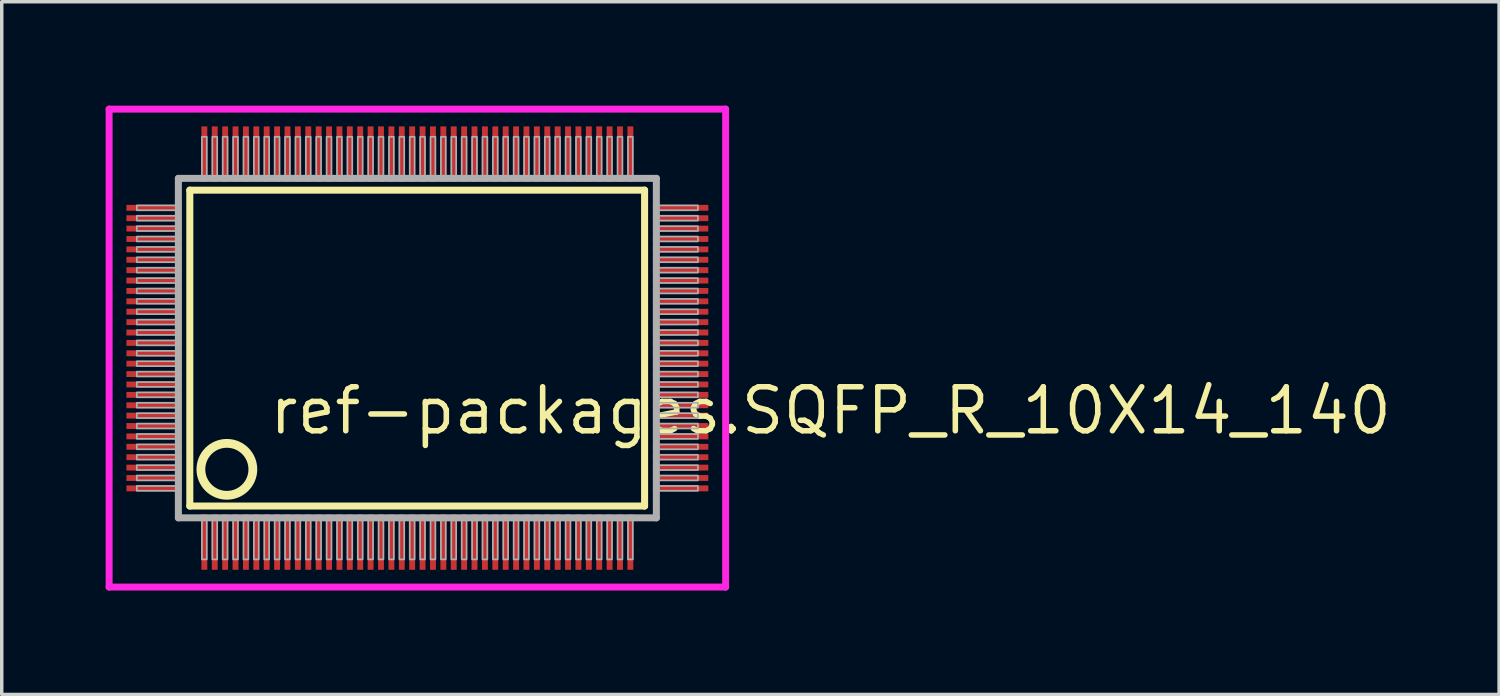
<source format=kicad_pcb>
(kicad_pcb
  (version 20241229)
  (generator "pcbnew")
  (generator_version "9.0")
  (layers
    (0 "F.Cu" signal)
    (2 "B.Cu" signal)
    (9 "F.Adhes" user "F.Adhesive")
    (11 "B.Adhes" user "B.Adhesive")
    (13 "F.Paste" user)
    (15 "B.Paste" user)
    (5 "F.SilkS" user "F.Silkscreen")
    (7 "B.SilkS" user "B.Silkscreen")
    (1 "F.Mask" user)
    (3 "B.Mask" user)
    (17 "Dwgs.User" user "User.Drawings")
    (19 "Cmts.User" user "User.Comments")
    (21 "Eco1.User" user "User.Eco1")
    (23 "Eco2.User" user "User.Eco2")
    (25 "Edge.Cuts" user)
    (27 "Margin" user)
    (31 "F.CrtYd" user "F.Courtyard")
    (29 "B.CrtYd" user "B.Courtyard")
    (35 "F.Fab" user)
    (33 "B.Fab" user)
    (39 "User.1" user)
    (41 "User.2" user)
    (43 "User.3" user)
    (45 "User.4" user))
  (footprint "ref-packages.SQFP_R_10X14_140"
    (layer "F.Cu")
    (at 9 7)
    (property "Reference" "ref-packages.SQFP_R_10X14_140" (at -4.35 2.55 0) (layer "F.SilkS") (effects (font (size 1.27 1.27) (thickness 0.16)) (justify left bottom)))
    (attr smd)
    (fp_line (start -6.57 -4.56) (end 6.56 -4.56) (stroke (width 0.203) (type default)) (layer "F.SilkS"))
    (fp_line (start -6.57 4.56) (end -6.57 -4.56) (stroke (width 0.203) (type default)) (layer "F.SilkS"))
    (fp_line (start 6.56 -4.56) (end 6.56 4.56) (stroke (width 0.203) (type default)) (layer "F.SilkS"))
    (fp_line (start 6.56 4.56) (end -6.57 4.56) (stroke (width 0.203) (type default)) (layer "F.SilkS"))
    (fp_circle (center -5.5 3.5) (end -4.75 3.5) (stroke (width 0.254) (type default)) (fill no) (layer "F.SilkS"))
    (fp_line (start -8.9 -6.9) (end 8.9 -6.9) (stroke (width 0.2) (type default)) (layer "F.CrtYd"))
    (fp_line (start -8.9 6.9) (end -8.9 -6.9) (stroke (width 0.2) (type default)) (layer "F.CrtYd"))
    (fp_line (start 8.9 -6.9) (end 8.9 6.9) (stroke (width 0.2) (type default)) (layer "F.CrtYd"))
    (fp_line (start 8.9 6.9) (end -8.9 6.9) (stroke (width 0.2) (type default)) (layer "F.CrtYd"))
    (fp_line (start -6.9 -4.9) (end -6.9 4.9) (stroke (width 0.203) (type default)) (layer "F.Fab"))
    (fp_line (start -6.9 4.9) (end 6.9 4.9) (stroke (width 0.203) (type default)) (layer "F.Fab"))
    (fp_line (start 6.9 -4.9) (end -6.9 -4.9) (stroke (width 0.203) (type default)) (layer "F.Fab"))
    (fp_line (start 6.9 4.9) (end 6.9 -4.9) (stroke (width 0.203) (type default)) (layer "F.Fab"))
    (fp_rect (start -8.1 -3.98) (end -6.95 -4.12) (stroke (width 0.05) (type default)) (fill no) (layer "F.Fab"))
    (fp_rect (start -8.1 -3.68) (end -6.95 -3.82) (stroke (width 0.05) (type default)) (fill no) (layer "F.Fab"))
    (fp_rect (start -8.1 -3.38) (end -6.95 -3.52) (stroke (width 0.05) (type default)) (fill no) (layer "F.Fab"))
    (fp_rect (start -8.1 -3.08) (end -6.95 -3.22) (stroke (width 0.05) (type default)) (fill no) (layer "F.Fab"))
    (fp_rect (start -8.1 -2.78) (end -6.95 -2.92) (stroke (width 0.05) (type default)) (fill no) (layer "F.Fab"))
    (fp_rect (start -8.1 -2.48) (end -6.95 -2.62) (stroke (width 0.05) (type default)) (fill no) (layer "F.Fab"))
    (fp_rect (start -8.1 -2.18) (end -6.95 -2.32) (stroke (width 0.05) (type default)) (fill no) (layer "F.Fab"))
    (fp_rect (start -8.1 -1.88) (end -6.95 -2.02) (stroke (width 0.05) (type default)) (fill no) (layer "F.Fab"))
    (fp_rect (start -8.1 -1.58) (end -6.95 -1.72) (stroke (width 0.05) (type default)) (fill no) (layer "F.Fab"))
    (fp_rect (start -8.1 -1.28) (end -6.95 -1.42) (stroke (width 0.05) (type default)) (fill no) (layer "F.Fab"))
    (fp_rect (start -8.1 -0.98) (end -6.95 -1.12) (stroke (width 0.05) (type default)) (fill no) (layer "F.Fab"))
    (fp_rect (start -8.1 -0.68) (end -6.95 -0.82) (stroke (width 0.05) (type default)) (fill no) (layer "F.Fab"))
    (fp_rect (start -8.1 -0.38) (end -6.95 -0.52) (stroke (width 0.05) (type default)) (fill no) (layer "F.Fab"))
    (fp_rect (start -8.1 -0.08) (end -6.95 -0.22) (stroke (width 0.05) (type default)) (fill no) (layer "F.Fab"))
    (fp_rect (start -8.1 0.22) (end -6.95 0.08) (stroke (width 0.05) (type default)) (fill no) (layer "F.Fab"))
    (fp_rect (start -8.1 0.52) (end -6.95 0.38) (stroke (width 0.05) (type default)) (fill no) (layer "F.Fab"))
    (fp_rect (start -8.1 0.82) (end -6.95 0.68) (stroke (width 0.05) (type default)) (fill no) (layer "F.Fab"))
    (fp_rect (start -8.1 1.12) (end -6.95 0.98) (stroke (width 0.05) (type default)) (fill no) (layer "F.Fab"))
    (fp_rect (start -8.1 1.42) (end -6.95 1.28) (stroke (width 0.05) (type default)) (fill no) (layer "F.Fab"))
    (fp_rect (start -8.1 1.72) (end -6.95 1.58) (stroke (width 0.05) (type default)) (fill no) (layer "F.Fab"))
    (fp_rect (start -8.1 2.02) (end -6.95 1.88) (stroke (width 0.05) (type default)) (fill no) (layer "F.Fab"))
    (fp_rect (start -8.1 2.32) (end -6.95 2.18) (stroke (width 0.05) (type default)) (fill no) (layer "F.Fab"))
    (fp_rect (start -8.1 2.62) (end -6.95 2.48) (stroke (width 0.05) (type default)) (fill no) (layer "F.Fab"))
    (fp_rect (start -8.1 2.92) (end -6.95 2.78) (stroke (width 0.05) (type default)) (fill no) (layer "F.Fab"))
    (fp_rect (start -8.1 3.22) (end -6.95 3.08) (stroke (width 0.05) (type default)) (fill no) (layer "F.Fab"))
    (fp_rect (start -8.1 3.52) (end -6.95 3.38) (stroke (width 0.05) (type default)) (fill no) (layer "F.Fab"))
    (fp_rect (start -8.1 3.82) (end -6.95 3.68) (stroke (width 0.05) (type default)) (fill no) (layer "F.Fab"))
    (fp_rect (start -8.1 4.12) (end -6.95 3.98) (stroke (width 0.05) (type default)) (fill no) (layer "F.Fab"))
    (fp_rect (start -6.22 -4.95) (end -6.08 -6.1) (stroke (width 0.05) (type default)) (fill no) (layer "F.Fab"))
    (fp_rect (start -6.22 6.1) (end -6.08 4.95) (stroke (width 0.05) (type default)) (fill no) (layer "F.Fab"))
    (fp_rect (start -5.92 -4.95) (end -5.78 -6.1) (stroke (width 0.05) (type default)) (fill no) (layer "F.Fab"))
    (fp_rect (start -5.92 6.1) (end -5.78 4.95) (stroke (width 0.05) (type default)) (fill no) (layer "F.Fab"))
    (fp_rect (start -5.62 -4.95) (end -5.48 -6.1) (stroke (width 0.05) (type default)) (fill no) (layer "F.Fab"))
    (fp_rect (start -5.62 6.1) (end -5.48 4.95) (stroke (width 0.05) (type default)) (fill no) (layer "F.Fab"))
    (fp_rect (start -5.32 -4.95) (end -5.18 -6.1) (stroke (width 0.05) (type default)) (fill no) (layer "F.Fab"))
    (fp_rect (start -5.32 6.1) (end -5.18 4.95) (stroke (width 0.05) (type default)) (fill no) (layer "F.Fab"))
    (fp_rect (start -5.02 -4.95) (end -4.88 -6.1) (stroke (width 0.05) (type default)) (fill no) (layer "F.Fab"))
    (fp_rect (start -5.02 6.1) (end -4.88 4.95) (stroke (width 0.05) (type default)) (fill no) (layer "F.Fab"))
    (fp_rect (start -4.72 -4.95) (end -4.58 -6.1) (stroke (width 0.05) (type default)) (fill no) (layer "F.Fab"))
    (fp_rect (start -4.72 6.1) (end -4.58 4.95) (stroke (width 0.05) (type default)) (fill no) (layer "F.Fab"))
    (fp_rect (start -4.42 -4.95) (end -4.28 -6.1) (stroke (width 0.05) (type default)) (fill no) (layer "F.Fab"))
    (fp_rect (start -4.42 6.1) (end -4.28 4.95) (stroke (width 0.05) (type default)) (fill no) (layer "F.Fab"))
    (fp_rect (start -4.12 -4.95) (end -3.98 -6.1) (stroke (width 0.05) (type default)) (fill no) (layer "F.Fab"))
    (fp_rect (start -4.12 6.1) (end -3.98 4.95) (stroke (width 0.05) (type default)) (fill no) (layer "F.Fab"))
    (fp_rect (start -3.82 -4.95) (end -3.68 -6.1) (stroke (width 0.05) (type default)) (fill no) (layer "F.Fab"))
    (fp_rect (start -3.82 6.1) (end -3.68 4.95) (stroke (width 0.05) (type default)) (fill no) (layer "F.Fab"))
    (fp_rect (start -3.52 -4.95) (end -3.38 -6.1) (stroke (width 0.05) (type default)) (fill no) (layer "F.Fab"))
    (fp_rect (start -3.52 6.1) (end -3.38 4.95) (stroke (width 0.05) (type default)) (fill no) (layer "F.Fab"))
    (fp_rect (start -3.22 -4.95) (end -3.08 -6.1) (stroke (width 0.05) (type default)) (fill no) (layer "F.Fab"))
    (fp_rect (start -3.22 6.1) (end -3.08 4.95) (stroke (width 0.05) (type default)) (fill no) (layer "F.Fab"))
    (fp_rect (start -2.92 -4.95) (end -2.78 -6.1) (stroke (width 0.05) (type default)) (fill no) (layer "F.Fab"))
    (fp_rect (start -2.92 6.1) (end -2.78 4.95) (stroke (width 0.05) (type default)) (fill no) (layer "F.Fab"))
    (fp_rect (start -2.62 -4.95) (end -2.48 -6.1) (stroke (width 0.05) (type default)) (fill no) (layer "F.Fab"))
    (fp_rect (start -2.62 6.1) (end -2.48 4.95) (stroke (width 0.05) (type default)) (fill no) (layer "F.Fab"))
    (fp_rect (start -2.32 -4.95) (end -2.18 -6.1) (stroke (width 0.05) (type default)) (fill no) (layer "F.Fab"))
    (fp_rect (start -2.32 6.1) (end -2.18 4.95) (stroke (width 0.05) (type default)) (fill no) (layer "F.Fab"))
    (fp_rect (start -2.02 -4.95) (end -1.88 -6.1) (stroke (width 0.05) (type default)) (fill no) (layer "F.Fab"))
    (fp_rect (start -2.02 6.1) (end -1.88 4.95) (stroke (width 0.05) (type default)) (fill no) (layer "F.Fab"))
    (fp_rect (start -1.72 -4.95) (end -1.58 -6.1) (stroke (width 0.05) (type default)) (fill no) (layer "F.Fab"))
    (fp_rect (start -1.72 6.1) (end -1.58 4.95) (stroke (width 0.05) (type default)) (fill no) (layer "F.Fab"))
    (fp_rect (start -1.42 -4.95) (end -1.28 -6.1) (stroke (width 0.05) (type default)) (fill no) (layer "F.Fab"))
    (fp_rect (start -1.42 6.1) (end -1.28 4.95) (stroke (width 0.05) (type default)) (fill no) (layer "F.Fab"))
    (fp_rect (start -1.12 -4.95) (end -0.98 -6.1) (stroke (width 0.05) (type default)) (fill no) (layer "F.Fab"))
    (fp_rect (start -1.12 6.1) (end -0.98 4.95) (stroke (width 0.05) (type default)) (fill no) (layer "F.Fab"))
    (fp_rect (start -0.82 -4.95) (end -0.68 -6.1) (stroke (width 0.05) (type default)) (fill no) (layer "F.Fab"))
    (fp_rect (start -0.82 6.1) (end -0.68 4.95) (stroke (width 0.05) (type default)) (fill no) (layer "F.Fab"))
    (fp_rect (start -0.52 -4.95) (end -0.38 -6.1) (stroke (width 0.05) (type default)) (fill no) (layer "F.Fab"))
    (fp_rect (start -0.52 6.1) (end -0.38 4.95) (stroke (width 0.05) (type default)) (fill no) (layer "F.Fab"))
    (fp_rect (start -0.22 -4.95) (end -0.08 -6.1) (stroke (width 0.05) (type default)) (fill no) (layer "F.Fab"))
    (fp_rect (start -0.22 6.1) (end -0.08 4.95) (stroke (width 0.05) (type default)) (fill no) (layer "F.Fab"))
    (fp_rect (start 0.08 -4.95) (end 0.22 -6.1) (stroke (width 0.05) (type default)) (fill no) (layer "F.Fab"))
    (fp_rect (start 0.08 6.1) (end 0.22 4.95) (stroke (width 0.05) (type default)) (fill no) (layer "F.Fab"))
    (fp_rect (start 0.38 -4.95) (end 0.52 -6.1) (stroke (width 0.05) (type default)) (fill no) (layer "F.Fab"))
    (fp_rect (start 0.38 6.1) (end 0.52 4.95) (stroke (width 0.05) (type default)) (fill no) (layer "F.Fab"))
    (fp_rect (start 0.68 -4.95) (end 0.82 -6.1) (stroke (width 0.05) (type default)) (fill no) (layer "F.Fab"))
    (fp_rect (start 0.68 6.1) (end 0.82 4.95) (stroke (width 0.05) (type default)) (fill no) (layer "F.Fab"))
    (fp_rect (start 0.98 -4.95) (end 1.12 -6.1) (stroke (width 0.05) (type default)) (fill no) (layer "F.Fab"))
    (fp_rect (start 0.98 6.1) (end 1.12 4.95) (stroke (width 0.05) (type default)) (fill no) (layer "F.Fab"))
    (fp_rect (start 1.28 -4.95) (end 1.42 -6.1) (stroke (width 0.05) (type default)) (fill no) (layer "F.Fab"))
    (fp_rect (start 1.28 6.1) (end 1.42 4.95) (stroke (width 0.05) (type default)) (fill no) (layer "F.Fab"))
    (fp_rect (start 1.58 -4.95) (end 1.72 -6.1) (stroke (width 0.05) (type default)) (fill no) (layer "F.Fab"))
    (fp_rect (start 1.58 6.1) (end 1.72 4.95) (stroke (width 0.05) (type default)) (fill no) (layer "F.Fab"))
    (fp_rect (start 1.88 -4.95) (end 2.02 -6.1) (stroke (width 0.05) (type default)) (fill no) (layer "F.Fab"))
    (fp_rect (start 1.88 6.1) (end 2.02 4.95) (stroke (width 0.05) (type default)) (fill no) (layer "F.Fab"))
    (fp_rect (start 2.18 -4.95) (end 2.32 -6.1) (stroke (width 0.05) (type default)) (fill no) (layer "F.Fab"))
    (fp_rect (start 2.18 6.1) (end 2.32 4.95) (stroke (width 0.05) (type default)) (fill no) (layer "F.Fab"))
    (fp_rect (start 2.48 -4.95) (end 2.62 -6.1) (stroke (width 0.05) (type default)) (fill no) (layer "F.Fab"))
    (fp_rect (start 2.48 6.1) (end 2.62 4.95) (stroke (width 0.05) (type default)) (fill no) (layer "F.Fab"))
    (fp_rect (start 2.78 -4.95) (end 2.92 -6.1) (stroke (width 0.05) (type default)) (fill no) (layer "F.Fab"))
    (fp_rect (start 2.78 6.1) (end 2.92 4.95) (stroke (width 0.05) (type default)) (fill no) (layer "F.Fab"))
    (fp_rect (start 3.08 -4.95) (end 3.22 -6.1) (stroke (width 0.05) (type default)) (fill no) (layer "F.Fab"))
    (fp_rect (start 3.08 6.1) (end 3.22 4.95) (stroke (width 0.05) (type default)) (fill no) (layer "F.Fab"))
    (fp_rect (start 3.38 -4.95) (end 3.52 -6.1) (stroke (width 0.05) (type default)) (fill no) (layer "F.Fab"))
    (fp_rect (start 3.38 6.1) (end 3.52 4.95) (stroke (width 0.05) (type default)) (fill no) (layer "F.Fab"))
    (fp_rect (start 3.68 -4.95) (end 3.82 -6.1) (stroke (width 0.05) (type default)) (fill no) (layer "F.Fab"))
    (fp_rect (start 3.68 6.1) (end 3.82 4.95) (stroke (width 0.05) (type default)) (fill no) (layer "F.Fab"))
    (fp_rect (start 3.98 -4.95) (end 4.12 -6.1) (stroke (width 0.05) (type default)) (fill no) (layer "F.Fab"))
    (fp_rect (start 3.98 6.1) (end 4.12 4.95) (stroke (width 0.05) (type default)) (fill no) (layer "F.Fab"))
    (fp_rect (start 4.28 -4.95) (end 4.42 -6.1) (stroke (width 0.05) (type default)) (fill no) (layer "F.Fab"))
    (fp_rect (start 4.28 6.1) (end 4.42 4.95) (stroke (width 0.05) (type default)) (fill no) (layer "F.Fab"))
    (fp_rect (start 4.58 -4.95) (end 4.72 -6.1) (stroke (width 0.05) (type default)) (fill no) (layer "F.Fab"))
    (fp_rect (start 4.58 6.1) (end 4.72 4.95) (stroke (width 0.05) (type default)) (fill no) (layer "F.Fab"))
    (fp_rect (start 4.88 -4.95) (end 5.02 -6.1) (stroke (width 0.05) (type default)) (fill no) (layer "F.Fab"))
    (fp_rect (start 4.88 6.1) (end 5.02 4.95) (stroke (width 0.05) (type default)) (fill no) (layer "F.Fab"))
    (fp_rect (start 5.18 -4.95) (end 5.32 -6.1) (stroke (width 0.05) (type default)) (fill no) (layer "F.Fab"))
    (fp_rect (start 5.18 6.1) (end 5.32 4.95) (stroke (width 0.05) (type default)) (fill no) (layer "F.Fab"))
    (fp_rect (start 5.48 -4.95) (end 5.62 -6.1) (stroke (width 0.05) (type default)) (fill no) (layer "F.Fab"))
    (fp_rect (start 5.48 6.1) (end 5.62 4.95) (stroke (width 0.05) (type default)) (fill no) (layer "F.Fab"))
    (fp_rect (start 5.78 -4.95) (end 5.92 -6.1) (stroke (width 0.05) (type default)) (fill no) (layer "F.Fab"))
    (fp_rect (start 5.78 6.1) (end 5.92 4.95) (stroke (width 0.05) (type default)) (fill no) (layer "F.Fab"))
    (fp_rect (start 6.08 -4.95) (end 6.22 -6.1) (stroke (width 0.05) (type default)) (fill no) (layer "F.Fab"))
    (fp_rect (start 6.08 6.1) (end 6.22 4.95) (stroke (width 0.05) (type default)) (fill no) (layer "F.Fab"))
    (fp_rect (start 6.95 -3.98) (end 8.1 -4.12) (stroke (width 0.05) (type default)) (fill no) (layer "F.Fab"))
    (fp_rect (start 6.95 -3.68) (end 8.1 -3.82) (stroke (width 0.05) (type default)) (fill no) (layer "F.Fab"))
    (fp_rect (start 6.95 -3.38) (end 8.1 -3.52) (stroke (width 0.05) (type default)) (fill no) (layer "F.Fab"))
    (fp_rect (start 6.95 -3.08) (end 8.1 -3.22) (stroke (width 0.05) (type default)) (fill no) (layer "F.Fab"))
    (fp_rect (start 6.95 -2.78) (end 8.1 -2.92) (stroke (width 0.05) (type default)) (fill no) (layer "F.Fab"))
    (fp_rect (start 6.95 -2.48) (end 8.1 -2.62) (stroke (width 0.05) (type default)) (fill no) (layer "F.Fab"))
    (fp_rect (start 6.95 -2.18) (end 8.1 -2.32) (stroke (width 0.05) (type default)) (fill no) (layer "F.Fab"))
    (fp_rect (start 6.95 -1.88) (end 8.1 -2.02) (stroke (width 0.05) (type default)) (fill no) (layer "F.Fab"))
    (fp_rect (start 6.95 -1.58) (end 8.1 -1.72) (stroke (width 0.05) (type default)) (fill no) (layer "F.Fab"))
    (fp_rect (start 6.95 -1.28) (end 8.1 -1.42) (stroke (width 0.05) (type default)) (fill no) (layer "F.Fab"))
    (fp_rect (start 6.95 -0.98) (end 8.1 -1.12) (stroke (width 0.05) (type default)) (fill no) (layer "F.Fab"))
    (fp_rect (start 6.95 -0.68) (end 8.1 -0.82) (stroke (width 0.05) (type default)) (fill no) (layer "F.Fab"))
    (fp_rect (start 6.95 -0.38) (end 8.1 -0.52) (stroke (width 0.05) (type default)) (fill no) (layer "F.Fab"))
    (fp_rect (start 6.95 -0.08) (end 8.1 -0.22) (stroke (width 0.05) (type default)) (fill no) (layer "F.Fab"))
    (fp_rect (start 6.95 0.22) (end 8.1 0.08) (stroke (width 0.05) (type default)) (fill no) (layer "F.Fab"))
    (fp_rect (start 6.95 0.52) (end 8.1 0.38) (stroke (width 0.05) (type default)) (fill no) (layer "F.Fab"))
    (fp_rect (start 6.95 0.82) (end 8.1 0.68) (stroke (width 0.05) (type default)) (fill no) (layer "F.Fab"))
    (fp_rect (start 6.95 1.12) (end 8.1 0.98) (stroke (width 0.05) (type default)) (fill no) (layer "F.Fab"))
    (fp_rect (start 6.95 1.42) (end 8.1 1.28) (stroke (width 0.05) (type default)) (fill no) (layer "F.Fab"))
    (fp_rect (start 6.95 1.72) (end 8.1 1.58) (stroke (width 0.05) (type default)) (fill no) (layer "F.Fab"))
    (fp_rect (start 6.95 2.02) (end 8.1 1.88) (stroke (width 0.05) (type default)) (fill no) (layer "F.Fab"))
    (fp_rect (start 6.95 2.32) (end 8.1 2.18) (stroke (width 0.05) (type default)) (fill no) (layer "F.Fab"))
    (fp_rect (start 6.95 2.62) (end 8.1 2.48) (stroke (width 0.05) (type default)) (fill no) (layer "F.Fab"))
    (fp_rect (start 6.95 2.92) (end 8.1 2.78) (stroke (width 0.05) (type default)) (fill no) (layer "F.Fab"))
    (fp_rect (start 6.95 3.22) (end 8.1 3.08) (stroke (width 0.05) (type default)) (fill no) (layer "F.Fab"))
    (fp_rect (start 6.95 3.52) (end 8.1 3.38) (stroke (width 0.05) (type default)) (fill no) (layer "F.Fab"))
    (fp_rect (start 6.95 3.82) (end 8.1 3.68) (stroke (width 0.05) (type default)) (fill no) (layer "F.Fab"))
    (fp_rect (start 6.95 4.12) (end 8.1 3.98) (stroke (width 0.05) (type default)) (fill no) (layer "F.Fab"))
    (pad "1" smd roundrect (at -6.15 5.6) (size 0.17 1.6) (layers "F.Cu" "F.Mask" "F.Paste") (roundrect_rratio 0.01))
    (pad "2" smd roundrect (at -5.85 5.6) (size 0.17 1.6) (layers "F.Cu" "F.Mask" "F.Paste") (roundrect_rratio 0.01))
    (pad "3" smd roundrect (at -5.55 5.6) (size 0.17 1.6) (layers "F.Cu" "F.Mask" "F.Paste") (roundrect_rratio 0.01))
    (pad "4" smd roundrect (at -5.25 5.6) (size 0.17 1.6) (layers "F.Cu" "F.Mask" "F.Paste") (roundrect_rratio 0.01))
    (pad "5" smd roundrect (at -4.95 5.6) (size 0.17 1.6) (layers "F.Cu" "F.Mask" "F.Paste") (roundrect_rratio 0.01))
    (pad "6" smd roundrect (at -4.65 5.6) (size 0.17 1.6) (layers "F.Cu" "F.Mask" "F.Paste") (roundrect_rratio 0.01))
    (pad "7" smd roundrect (at -4.35 5.6) (size 0.17 1.6) (layers "F.Cu" "F.Mask" "F.Paste") (roundrect_rratio 0.01))
    (pad "8" smd roundrect (at -4.05 5.6) (size 0.17 1.6) (layers "F.Cu" "F.Mask" "F.Paste") (roundrect_rratio 0.01))
    (pad "9" smd roundrect (at -3.75 5.6) (size 0.17 1.6) (layers "F.Cu" "F.Mask" "F.Paste") (roundrect_rratio 0.01))
    (pad "10" smd roundrect (at -3.45 5.6) (size 0.17 1.6) (layers "F.Cu" "F.Mask" "F.Paste") (roundrect_rratio 0.01))
    (pad "11" smd roundrect (at -3.15 5.6) (size 0.17 1.6) (layers "F.Cu" "F.Mask" "F.Paste") (roundrect_rratio 0.01))
    (pad "12" smd roundrect (at -2.85 5.6) (size 0.17 1.6) (layers "F.Cu" "F.Mask" "F.Paste") (roundrect_rratio 0.01))
    (pad "13" smd roundrect (at -2.55 5.6) (size 0.17 1.6) (layers "F.Cu" "F.Mask" "F.Paste") (roundrect_rratio 0.01))
    (pad "14" smd roundrect (at -2.25 5.6) (size 0.17 1.6) (layers "F.Cu" "F.Mask" "F.Paste") (roundrect_rratio 0.01))
    (pad "15" smd roundrect (at -1.95 5.6) (size 0.17 1.6) (layers "F.Cu" "F.Mask" "F.Paste") (roundrect_rratio 0.01))
    (pad "16" smd roundrect (at -1.65 5.6) (size 0.17 1.6) (layers "F.Cu" "F.Mask" "F.Paste") (roundrect_rratio 0.01))
    (pad "17" smd roundrect (at -1.35 5.6) (size 0.17 1.6) (layers "F.Cu" "F.Mask" "F.Paste") (roundrect_rratio 0.01))
    (pad "18" smd roundrect (at -1.05 5.6) (size 0.17 1.6) (layers "F.Cu" "F.Mask" "F.Paste") (roundrect_rratio 0.01))
    (pad "19" smd roundrect (at -0.75 5.6) (size 0.17 1.6) (layers "F.Cu" "F.Mask" "F.Paste") (roundrect_rratio 0.01))
    (pad "20" smd roundrect (at -0.45 5.6) (size 0.17 1.6) (layers "F.Cu" "F.Mask" "F.Paste") (roundrect_rratio 0.01))
    (pad "21" smd roundrect (at -0.15 5.6) (size 0.17 1.6) (layers "F.Cu" "F.Mask" "F.Paste") (roundrect_rratio 0.01))
    (pad "22" smd roundrect (at 0.15 5.6) (size 0.17 1.6) (layers "F.Cu" "F.Mask" "F.Paste") (roundrect_rratio 0.01))
    (pad "23" smd roundrect (at 0.45 5.6) (size 0.17 1.6) (layers "F.Cu" "F.Mask" "F.Paste") (roundrect_rratio 0.01))
    (pad "24" smd roundrect (at 0.75 5.6) (size 0.17 1.6) (layers "F.Cu" "F.Mask" "F.Paste") (roundrect_rratio 0.01))
    (pad "25" smd roundrect (at 1.05 5.6) (size 0.17 1.6) (layers "F.Cu" "F.Mask" "F.Paste") (roundrect_rratio 0.01))
    (pad "26" smd roundrect (at 1.35 5.6) (size 0.17 1.6) (layers "F.Cu" "F.Mask" "F.Paste") (roundrect_rratio 0.01))
    (pad "27" smd roundrect (at 1.65 5.6) (size 0.17 1.6) (layers "F.Cu" "F.Mask" "F.Paste") (roundrect_rratio 0.01))
    (pad "28" smd roundrect (at 1.95 5.6) (size 0.17 1.6) (layers "F.Cu" "F.Mask" "F.Paste") (roundrect_rratio 0.01))
    (pad "29" smd roundrect (at 2.25 5.6) (size 0.17 1.6) (layers "F.Cu" "F.Mask" "F.Paste") (roundrect_rratio 0.01))
    (pad "30" smd roundrect (at 2.55 5.6) (size 0.17 1.6) (layers "F.Cu" "F.Mask" "F.Paste") (roundrect_rratio 0.01))
    (pad "31" smd roundrect (at 2.85 5.6) (size 0.17 1.6) (layers "F.Cu" "F.Mask" "F.Paste") (roundrect_rratio 0.01))
    (pad "32" smd roundrect (at 3.15 5.6) (size 0.17 1.6) (layers "F.Cu" "F.Mask" "F.Paste") (roundrect_rratio 0.01))
    (pad "33" smd roundrect (at 3.45 5.6) (size 0.17 1.6) (layers "F.Cu" "F.Mask" "F.Paste") (roundrect_rratio 0.01))
    (pad "34" smd roundrect (at 3.75 5.6) (size 0.17 1.6) (layers "F.Cu" "F.Mask" "F.Paste") (roundrect_rratio 0.01))
    (pad "35" smd roundrect (at 4.05 5.6) (size 0.17 1.6) (layers "F.Cu" "F.Mask" "F.Paste") (roundrect_rratio 0.01))
    (pad "36" smd roundrect (at 4.35 5.6) (size 0.17 1.6) (layers "F.Cu" "F.Mask" "F.Paste") (roundrect_rratio 0.01))
    (pad "37" smd roundrect (at 4.65 5.6) (size 0.17 1.6) (layers "F.Cu" "F.Mask" "F.Paste") (roundrect_rratio 0.01))
    (pad "38" smd roundrect (at 4.95 5.6) (size 0.17 1.6) (layers "F.Cu" "F.Mask" "F.Paste") (roundrect_rratio 0.01))
    (pad "39" smd roundrect (at 5.25 5.6) (size 0.17 1.6) (layers "F.Cu" "F.Mask" "F.Paste") (roundrect_rratio 0.01))
    (pad "40" smd roundrect (at 5.55 5.6) (size 0.17 1.6) (layers "F.Cu" "F.Mask" "F.Paste") (roundrect_rratio 0.01))
    (pad "41" smd roundrect (at 5.85 5.6) (size 0.17 1.6) (layers "F.Cu" "F.Mask" "F.Paste") (roundrect_rratio 0.01))
    (pad "42" smd roundrect (at 6.15 5.6) (size 0.17 1.6) (layers "F.Cu" "F.Mask" "F.Paste") (roundrect_rratio 0.01))
    (pad "43" smd roundrect (at 7.6 4.05) (size 1.6 0.17) (layers "F.Cu" "F.Mask" "F.Paste") (roundrect_rratio 0.01))
    (pad "44" smd roundrect (at 7.6 3.75) (size 1.6 0.17) (layers "F.Cu" "F.Mask" "F.Paste") (roundrect_rratio 0.01))
    (pad "45" smd roundrect (at 7.6 3.45) (size 1.6 0.17) (layers "F.Cu" "F.Mask" "F.Paste") (roundrect_rratio 0.01))
    (pad "46" smd roundrect (at 7.6 3.15) (size 1.6 0.17) (layers "F.Cu" "F.Mask" "F.Paste") (roundrect_rratio 0.01))
    (pad "47" smd roundrect (at 7.6 2.85) (size 1.6 0.17) (layers "F.Cu" "F.Mask" "F.Paste") (roundrect_rratio 0.01))
    (pad "48" smd roundrect (at 7.6 2.55) (size 1.6 0.17) (layers "F.Cu" "F.Mask" "F.Paste") (roundrect_rratio 0.01))
    (pad "49" smd roundrect (at 7.6 2.25) (size 1.6 0.17) (layers "F.Cu" "F.Mask" "F.Paste") (roundrect_rratio 0.01))
    (pad "50" smd roundrect (at 7.6 1.95) (size 1.6 0.17) (layers "F.Cu" "F.Mask" "F.Paste") (roundrect_rratio 0.01))
    (pad "51" smd roundrect (at 7.6 1.65) (size 1.6 0.17) (layers "F.Cu" "F.Mask" "F.Paste") (roundrect_rratio 0.01))
    (pad "52" smd roundrect (at 7.6 1.35) (size 1.6 0.17) (layers "F.Cu" "F.Mask" "F.Paste") (roundrect_rratio 0.01))
    (pad "53" smd roundrect (at 7.6 1.05) (size 1.6 0.17) (layers "F.Cu" "F.Mask" "F.Paste") (roundrect_rratio 0.01))
    (pad "54" smd roundrect (at 7.6 0.75) (size 1.6 0.17) (layers "F.Cu" "F.Mask" "F.Paste") (roundrect_rratio 0.01))
    (pad "55" smd roundrect (at 7.6 0.45) (size 1.6 0.17) (layers "F.Cu" "F.Mask" "F.Paste") (roundrect_rratio 0.01))
    (pad "56" smd roundrect (at 7.6 0.15) (size 1.6 0.17) (layers "F.Cu" "F.Mask" "F.Paste") (roundrect_rratio 0.01))
    (pad "57" smd roundrect (at 7.6 -0.15) (size 1.6 0.17) (layers "F.Cu" "F.Mask" "F.Paste") (roundrect_rratio 0.01))
    (pad "58" smd roundrect (at 7.6 -0.45) (size 1.6 0.17) (layers "F.Cu" "F.Mask" "F.Paste") (roundrect_rratio 0.01))
    (pad "59" smd roundrect (at 7.6 -0.75) (size 1.6 0.17) (layers "F.Cu" "F.Mask" "F.Paste") (roundrect_rratio 0.01))
    (pad "60" smd roundrect (at 7.6 -1.05) (size 1.6 0.17) (layers "F.Cu" "F.Mask" "F.Paste") (roundrect_rratio 0.01))
    (pad "61" smd roundrect (at 7.6 -1.35) (size 1.6 0.17) (layers "F.Cu" "F.Mask" "F.Paste") (roundrect_rratio 0.01))
    (pad "62" smd roundrect (at 7.6 -1.65) (size 1.6 0.17) (layers "F.Cu" "F.Mask" "F.Paste") (roundrect_rratio 0.01))
    (pad "63" smd roundrect (at 7.6 -1.95) (size 1.6 0.17) (layers "F.Cu" "F.Mask" "F.Paste") (roundrect_rratio 0.01))
    (pad "64" smd roundrect (at 7.6 -2.25) (size 1.6 0.17) (layers "F.Cu" "F.Mask" "F.Paste") (roundrect_rratio 0.01))
    (pad "65" smd roundrect (at 7.6 -2.55) (size 1.6 0.17) (layers "F.Cu" "F.Mask" "F.Paste") (roundrect_rratio 0.01))
    (pad "66" smd roundrect (at 7.6 -2.85) (size 1.6 0.17) (layers "F.Cu" "F.Mask" "F.Paste") (roundrect_rratio 0.01))
    (pad "67" smd roundrect (at 7.6 -3.15) (size 1.6 0.17) (layers "F.Cu" "F.Mask" "F.Paste") (roundrect_rratio 0.01))
    (pad "68" smd roundrect (at 7.6 -3.45) (size 1.6 0.17) (layers "F.Cu" "F.Mask" "F.Paste") (roundrect_rratio 0.01))
    (pad "69" smd roundrect (at 7.6 -3.75) (size 1.6 0.17) (layers "F.Cu" "F.Mask" "F.Paste") (roundrect_rratio 0.01))
    (pad "70" smd roundrect (at 7.6 -4.05) (size 1.6 0.17) (layers "F.Cu" "F.Mask" "F.Paste") (roundrect_rratio 0.01))
    (pad "71" smd roundrect (at 6.15 -5.6) (size 0.17 1.6) (layers "F.Cu" "F.Mask" "F.Paste") (roundrect_rratio 0.01))
    (pad "72" smd roundrect (at 5.85 -5.6) (size 0.17 1.6) (layers "F.Cu" "F.Mask" "F.Paste") (roundrect_rratio 0.01))
    (pad "73" smd roundrect (at 5.55 -5.6) (size 0.17 1.6) (layers "F.Cu" "F.Mask" "F.Paste") (roundrect_rratio 0.01))
    (pad "74" smd roundrect (at 5.25 -5.6) (size 0.17 1.6) (layers "F.Cu" "F.Mask" "F.Paste") (roundrect_rratio 0.01))
    (pad "75" smd roundrect (at 4.95 -5.6) (size 0.17 1.6) (layers "F.Cu" "F.Mask" "F.Paste") (roundrect_rratio 0.01))
    (pad "76" smd roundrect (at 4.65 -5.6) (size 0.17 1.6) (layers "F.Cu" "F.Mask" "F.Paste") (roundrect_rratio 0.01))
    (pad "77" smd roundrect (at 4.35 -5.6) (size 0.17 1.6) (layers "F.Cu" "F.Mask" "F.Paste") (roundrect_rratio 0.01))
    (pad "78" smd roundrect (at 4.05 -5.6) (size 0.17 1.6) (layers "F.Cu" "F.Mask" "F.Paste") (roundrect_rratio 0.01))
    (pad "79" smd roundrect (at 3.75 -5.6) (size 0.17 1.6) (layers "F.Cu" "F.Mask" "F.Paste") (roundrect_rratio 0.01))
    (pad "80" smd roundrect (at 3.45 -5.6) (size 0.17 1.6) (layers "F.Cu" "F.Mask" "F.Paste") (roundrect_rratio 0.01))
    (pad "81" smd roundrect (at 3.15 -5.6) (size 0.17 1.6) (layers "F.Cu" "F.Mask" "F.Paste") (roundrect_rratio 0.01))
    (pad "82" smd roundrect (at 2.85 -5.6) (size 0.17 1.6) (layers "F.Cu" "F.Mask" "F.Paste") (roundrect_rratio 0.01))
    (pad "83" smd roundrect (at 2.55 -5.6) (size 0.17 1.6) (layers "F.Cu" "F.Mask" "F.Paste") (roundrect_rratio 0.01))
    (pad "84" smd roundrect (at 2.25 -5.6) (size 0.17 1.6) (layers "F.Cu" "F.Mask" "F.Paste") (roundrect_rratio 0.01))
    (pad "85" smd roundrect (at 1.95 -5.6) (size 0.17 1.6) (layers "F.Cu" "F.Mask" "F.Paste") (roundrect_rratio 0.01))
    (pad "86" smd roundrect (at 1.65 -5.6) (size 0.17 1.6) (layers "F.Cu" "F.Mask" "F.Paste") (roundrect_rratio 0.01))
    (pad "87" smd roundrect (at 1.35 -5.6) (size 0.17 1.6) (layers "F.Cu" "F.Mask" "F.Paste") (roundrect_rratio 0.01))
    (pad "88" smd roundrect (at 1.05 -5.6) (size 0.17 1.6) (layers "F.Cu" "F.Mask" "F.Paste") (roundrect_rratio 0.01))
    (pad "89" smd roundrect (at 0.75 -5.6) (size 0.17 1.6) (layers "F.Cu" "F.Mask" "F.Paste") (roundrect_rratio 0.01))
    (pad "90" smd roundrect (at 0.45 -5.6) (size 0.17 1.6) (layers "F.Cu" "F.Mask" "F.Paste") (roundrect_rratio 0.01))
    (pad "91" smd roundrect (at 0.15 -5.6) (size 0.17 1.6) (layers "F.Cu" "F.Mask" "F.Paste") (roundrect_rratio 0.01))
    (pad "92" smd roundrect (at -0.15 -5.6) (size 0.17 1.6) (layers "F.Cu" "F.Mask" "F.Paste") (roundrect_rratio 0.01))
    (pad "93" smd roundrect (at -0.45 -5.6) (size 0.17 1.6) (layers "F.Cu" "F.Mask" "F.Paste") (roundrect_rratio 0.01))
    (pad "94" smd roundrect (at -0.75 -5.6) (size 0.17 1.6) (layers "F.Cu" "F.Mask" "F.Paste") (roundrect_rratio 0.01))
    (pad "95" smd roundrect (at -1.05 -5.6) (size 0.17 1.6) (layers "F.Cu" "F.Mask" "F.Paste") (roundrect_rratio 0.01))
    (pad "96" smd roundrect (at -1.35 -5.6) (size 0.17 1.6) (layers "F.Cu" "F.Mask" "F.Paste") (roundrect_rratio 0.01))
    (pad "97" smd roundrect (at -1.65 -5.6) (size 0.17 1.6) (layers "F.Cu" "F.Mask" "F.Paste") (roundrect_rratio 0.01))
    (pad "98" smd roundrect (at -1.95 -5.6) (size 0.17 1.6) (layers "F.Cu" "F.Mask" "F.Paste") (roundrect_rratio 0.01))
    (pad "99" smd roundrect (at -2.25 -5.6) (size 0.17 1.6) (layers "F.Cu" "F.Mask" "F.Paste") (roundrect_rratio 0.01))
    (pad "100" smd roundrect (at -2.55 -5.6) (size 0.17 1.6) (layers "F.Cu" "F.Mask" "F.Paste") (roundrect_rratio 0.01))
    (pad "101" smd roundrect (at -2.85 -5.6) (size 0.17 1.6) (layers "F.Cu" "F.Mask" "F.Paste") (roundrect_rratio 0.01))
    (pad "102" smd roundrect (at -3.15 -5.6) (size 0.17 1.6) (layers "F.Cu" "F.Mask" "F.Paste") (roundrect_rratio 0.01))
    (pad "103" smd roundrect (at -3.45 -5.6) (size 0.17 1.6) (layers "F.Cu" "F.Mask" "F.Paste") (roundrect_rratio 0.01))
    (pad "104" smd roundrect (at -3.75 -5.6) (size 0.17 1.6) (layers "F.Cu" "F.Mask" "F.Paste") (roundrect_rratio 0.01))
    (pad "105" smd roundrect (at -4.05 -5.6) (size 0.17 1.6) (layers "F.Cu" "F.Mask" "F.Paste") (roundrect_rratio 0.01))
    (pad "106" smd roundrect (at -4.35 -5.6) (size 0.17 1.6) (layers "F.Cu" "F.Mask" "F.Paste") (roundrect_rratio 0.01))
    (pad "107" smd roundrect (at -4.65 -5.6) (size 0.17 1.6) (layers "F.Cu" "F.Mask" "F.Paste") (roundrect_rratio 0.01))
    (pad "108" smd roundrect (at -4.95 -5.6) (size 0.17 1.6) (layers "F.Cu" "F.Mask" "F.Paste") (roundrect_rratio 0.01))
    (pad "109" smd roundrect (at -5.25 -5.6) (size 0.17 1.6) (layers "F.Cu" "F.Mask" "F.Paste") (roundrect_rratio 0.01))
    (pad "110" smd roundrect (at -5.55 -5.6) (size 0.17 1.6) (layers "F.Cu" "F.Mask" "F.Paste") (roundrect_rratio 0.01))
    (pad "111" smd roundrect (at -5.85 -5.6) (size 0.17 1.6) (layers "F.Cu" "F.Mask" "F.Paste") (roundrect_rratio 0.01))
    (pad "112" smd roundrect (at -6.15 -5.6) (size 0.17 1.6) (layers "F.Cu" "F.Mask" "F.Paste") (roundrect_rratio 0.01))
    (pad "113" smd roundrect (at -7.6 -4.05) (size 1.6 0.17) (layers "F.Cu" "F.Mask" "F.Paste") (roundrect_rratio 0.01))
    (pad "114" smd roundrect (at -7.6 -3.75) (size 1.6 0.17) (layers "F.Cu" "F.Mask" "F.Paste") (roundrect_rratio 0.01))
    (pad "115" smd roundrect (at -7.6 -3.45) (size 1.6 0.17) (layers "F.Cu" "F.Mask" "F.Paste") (roundrect_rratio 0.01))
    (pad "116" smd roundrect (at -7.6 -3.15) (size 1.6 0.17) (layers "F.Cu" "F.Mask" "F.Paste") (roundrect_rratio 0.01))
    (pad "117" smd roundrect (at -7.6 -2.85) (size 1.6 0.17) (layers "F.Cu" "F.Mask" "F.Paste") (roundrect_rratio 0.01))
    (pad "118" smd roundrect (at -7.6 -2.55) (size 1.6 0.17) (layers "F.Cu" "F.Mask" "F.Paste") (roundrect_rratio 0.01))
    (pad "119" smd roundrect (at -7.6 -2.25) (size 1.6 0.17) (layers "F.Cu" "F.Mask" "F.Paste") (roundrect_rratio 0.01))
    (pad "120" smd roundrect (at -7.6 -1.95) (size 1.6 0.17) (layers "F.Cu" "F.Mask" "F.Paste") (roundrect_rratio 0.01))
    (pad "121" smd roundrect (at -7.6 -1.65) (size 1.6 0.17) (layers "F.Cu" "F.Mask" "F.Paste") (roundrect_rratio 0.01))
    (pad "122" smd roundrect (at -7.6 -1.35) (size 1.6 0.17) (layers "F.Cu" "F.Mask" "F.Paste") (roundrect_rratio 0.01))
    (pad "123" smd roundrect (at -7.6 -1.05) (size 1.6 0.17) (layers "F.Cu" "F.Mask" "F.Paste") (roundrect_rratio 0.01))
    (pad "124" smd roundrect (at -7.6 -0.75) (size 1.6 0.17) (layers "F.Cu" "F.Mask" "F.Paste") (roundrect_rratio 0.01))
    (pad "125" smd roundrect (at -7.6 -0.45) (size 1.6 0.17) (layers "F.Cu" "F.Mask" "F.Paste") (roundrect_rratio 0.01))
    (pad "126" smd roundrect (at -7.6 -0.15) (size 1.6 0.17) (layers "F.Cu" "F.Mask" "F.Paste") (roundrect_rratio 0.01))
    (pad "127" smd roundrect (at -7.6 0.15) (size 1.6 0.17) (layers "F.Cu" "F.Mask" "F.Paste") (roundrect_rratio 0.01))
    (pad "128" smd roundrect (at -7.6 0.45) (size 1.6 0.17) (layers "F.Cu" "F.Mask" "F.Paste") (roundrect_rratio 0.01))
    (pad "129" smd roundrect (at -7.6 0.75) (size 1.6 0.17) (layers "F.Cu" "F.Mask" "F.Paste") (roundrect_rratio 0.01))
    (pad "130" smd roundrect (at -7.6 1.05) (size 1.6 0.17) (layers "F.Cu" "F.Mask" "F.Paste") (roundrect_rratio 0.01))
    (pad "131" smd roundrect (at -7.6 1.35) (size 1.6 0.17) (layers "F.Cu" "F.Mask" "F.Paste") (roundrect_rratio 0.01))
    (pad "132" smd roundrect (at -7.6 1.65) (size 1.6 0.17) (layers "F.Cu" "F.Mask" "F.Paste") (roundrect_rratio 0.01))
    (pad "133" smd roundrect (at -7.6 1.95) (size 1.6 0.17) (layers "F.Cu" "F.Mask" "F.Paste") (roundrect_rratio 0.01))
    (pad "134" smd roundrect (at -7.6 2.25) (size 1.6 0.17) (layers "F.Cu" "F.Mask" "F.Paste") (roundrect_rratio 0.01))
    (pad "135" smd roundrect (at -7.6 2.55) (size 1.6 0.17) (layers "F.Cu" "F.Mask" "F.Paste") (roundrect_rratio 0.01))
    (pad "136" smd roundrect (at -7.6 2.85) (size 1.6 0.17) (layers "F.Cu" "F.Mask" "F.Paste") (roundrect_rratio 0.01))
    (pad "137" smd roundrect (at -7.6 3.15) (size 1.6 0.17) (layers "F.Cu" "F.Mask" "F.Paste") (roundrect_rratio 0.01))
    (pad "138" smd roundrect (at -7.6 3.45) (size 1.6 0.17) (layers "F.Cu" "F.Mask" "F.Paste") (roundrect_rratio 0.01))
    (pad "139" smd roundrect (at -7.6 3.75) (size 1.6 0.17) (layers "F.Cu" "F.Mask" "F.Paste") (roundrect_rratio 0.01))
    (pad "140" smd roundrect (at -7.6 4.05) (size 1.6 0.17) (layers "F.Cu" "F.Mask" "F.Paste") (roundrect_rratio 0.01)))
  (gr_rect
    (start -3 -3)
    (end 40.231 17)
    (stroke (width 0.1) (type default))
    (fill no)
    (layer "Edge.Cuts")))
</source>
